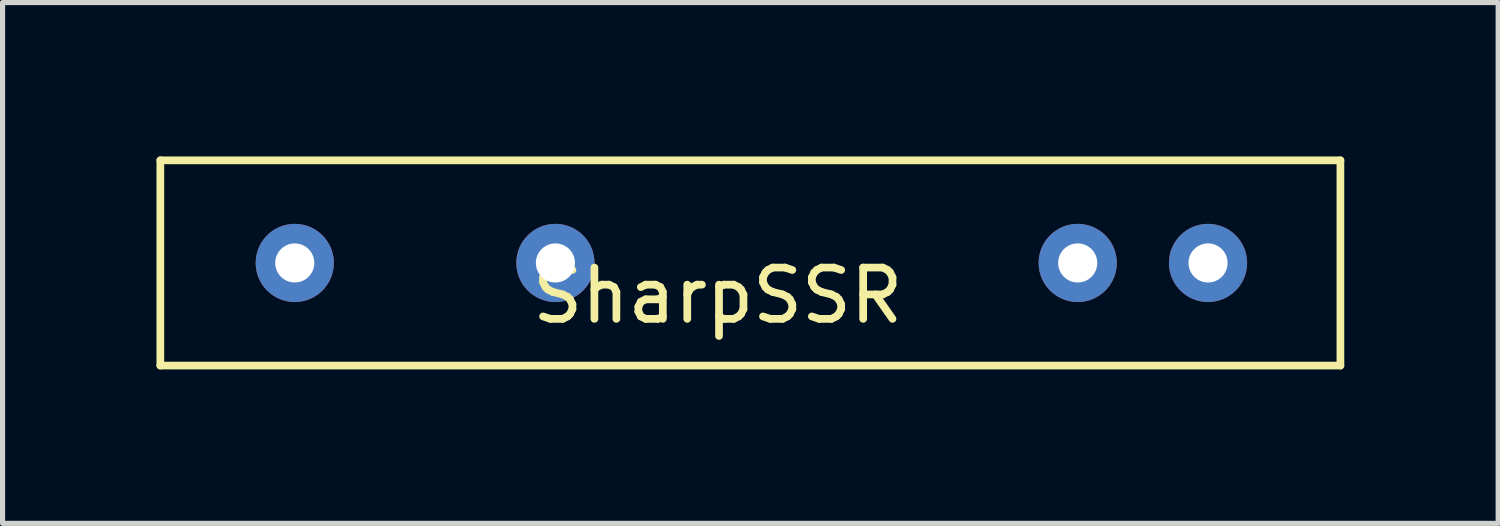
<source format=kicad_pcb>
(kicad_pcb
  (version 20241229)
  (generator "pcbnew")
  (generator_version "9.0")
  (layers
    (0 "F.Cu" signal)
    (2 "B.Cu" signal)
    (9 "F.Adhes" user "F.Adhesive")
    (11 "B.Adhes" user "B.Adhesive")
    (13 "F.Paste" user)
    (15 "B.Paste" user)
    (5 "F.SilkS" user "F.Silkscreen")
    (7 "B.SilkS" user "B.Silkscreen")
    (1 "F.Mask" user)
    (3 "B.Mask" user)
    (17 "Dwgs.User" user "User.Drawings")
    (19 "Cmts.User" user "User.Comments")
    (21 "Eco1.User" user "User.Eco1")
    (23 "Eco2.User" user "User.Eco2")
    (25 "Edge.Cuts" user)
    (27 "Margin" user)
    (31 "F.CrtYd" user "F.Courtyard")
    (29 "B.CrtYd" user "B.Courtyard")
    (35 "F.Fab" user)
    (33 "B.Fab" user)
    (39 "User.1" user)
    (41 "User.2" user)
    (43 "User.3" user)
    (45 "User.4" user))
  (footprint "SharpSSR"
    (layer "F.Cu")
    (at 11.575 2.075)
    (property "Reference" "SharpSSR" (at -0.635 0.635 0) (layer "F.SilkS") (effects (font (size 1 1) (thickness 0.15))))
    (attr through_hole)
    (fp_line (start -11.5 -2) (end -11.5 2) (stroke (width 0.15) (type solid)) (layer "F.SilkS"))
    (fp_line (start -11.5 2) (end 11.5 2) (stroke (width 0.15) (type solid)) (layer "F.SilkS"))
    (fp_line (start 11.5 -2) (end -11.5 -2) (stroke (width 0.15) (type solid)) (layer "F.SilkS"))
    (fp_line (start 11.5 2) (end 11.5 -2) (stroke (width 0.15) (type solid)) (layer "F.SilkS"))
    (pad "1" thru_hole circle (at -8.88 0) (size 1.524 1.524) (drill 0.762) (layers "*.Cu" "*.Mask"))
    (pad "2" thru_hole circle (at -3.8 0) (size 1.524 1.524) (drill 0.762) (layers "*.Cu" "*.Mask"))
    (pad "3" thru_hole circle (at 6.38 0) (size 1.524 1.524) (drill 0.762) (layers "*.Cu" "*.Mask"))
    (pad "4" thru_hole circle (at 8.92 0) (size 1.524 1.524) (drill 0.762) (layers "*.Cu" "*.Mask")))
  (gr_rect
    (start -3 -3)
    (end 26.15 7.15)
    (stroke (width 0.1) (type default))
    (fill no)
    (layer "Edge.Cuts")))
</source>
